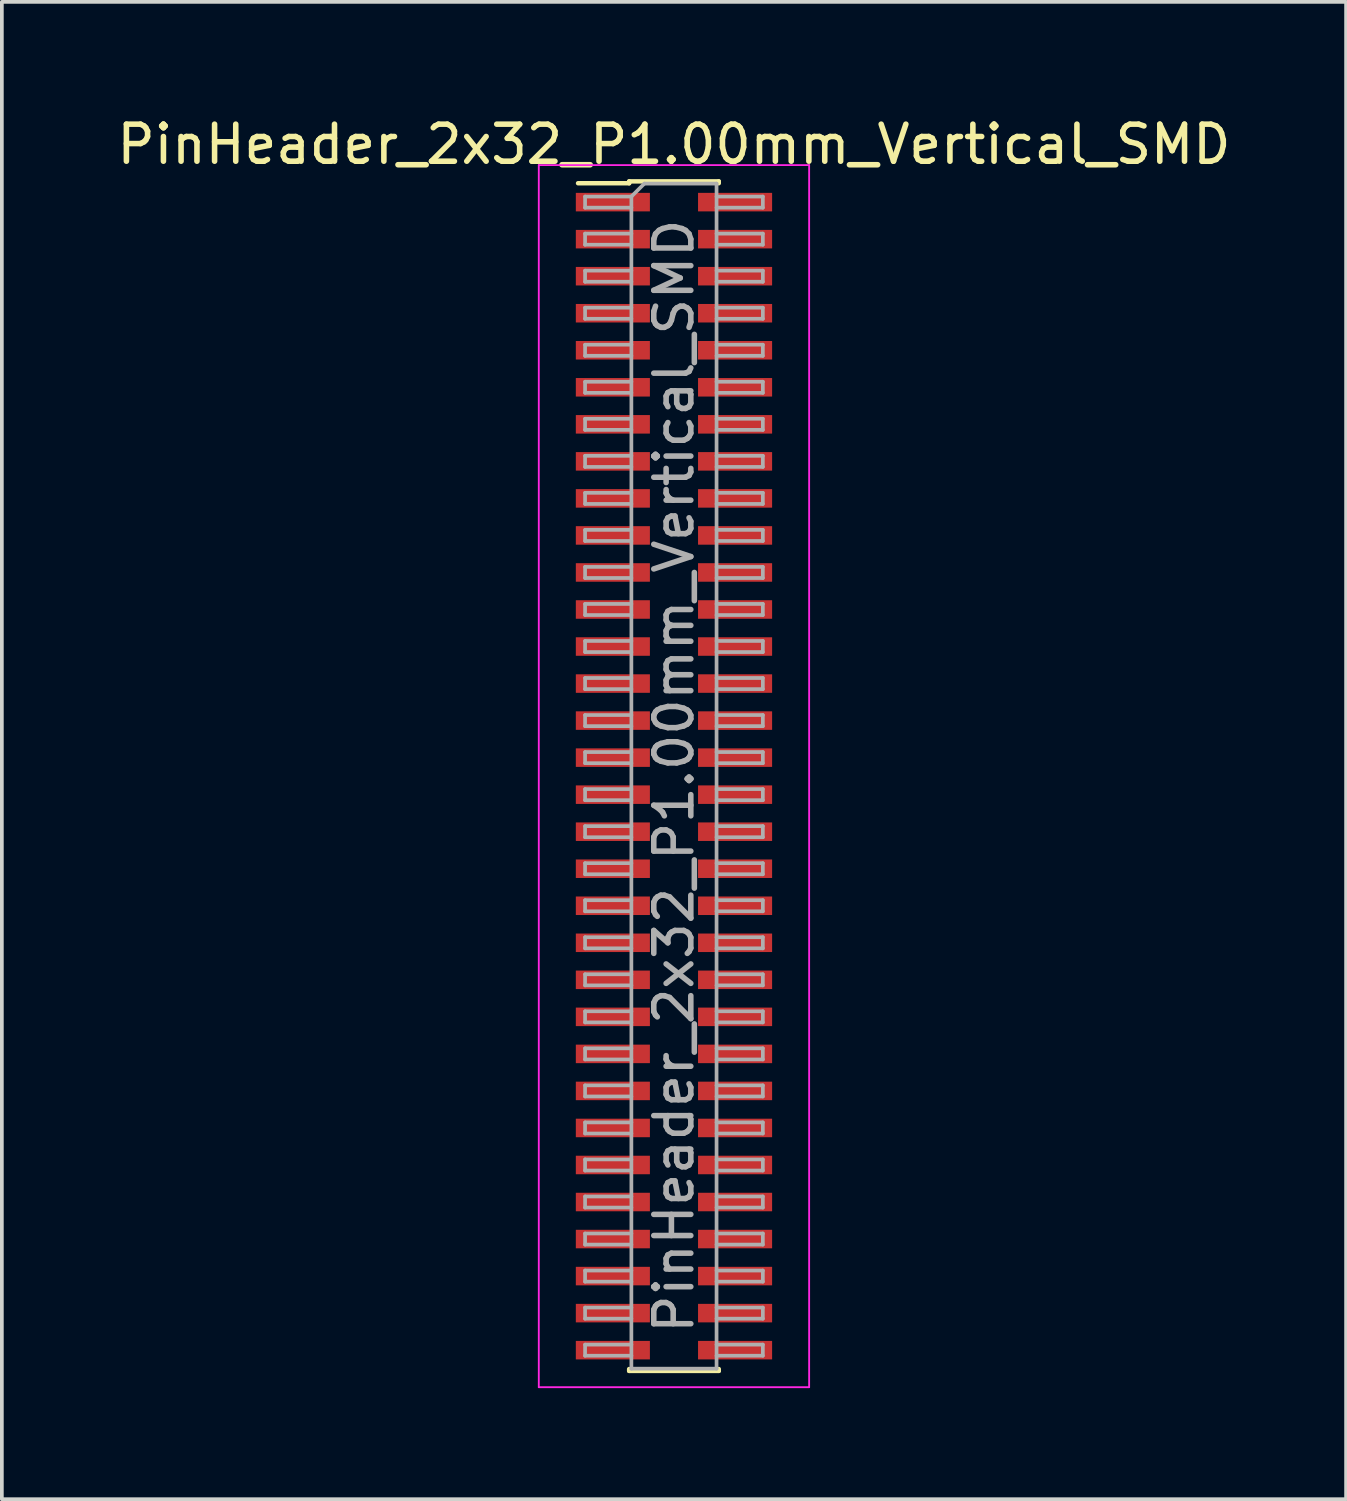
<source format=kicad_pcb>
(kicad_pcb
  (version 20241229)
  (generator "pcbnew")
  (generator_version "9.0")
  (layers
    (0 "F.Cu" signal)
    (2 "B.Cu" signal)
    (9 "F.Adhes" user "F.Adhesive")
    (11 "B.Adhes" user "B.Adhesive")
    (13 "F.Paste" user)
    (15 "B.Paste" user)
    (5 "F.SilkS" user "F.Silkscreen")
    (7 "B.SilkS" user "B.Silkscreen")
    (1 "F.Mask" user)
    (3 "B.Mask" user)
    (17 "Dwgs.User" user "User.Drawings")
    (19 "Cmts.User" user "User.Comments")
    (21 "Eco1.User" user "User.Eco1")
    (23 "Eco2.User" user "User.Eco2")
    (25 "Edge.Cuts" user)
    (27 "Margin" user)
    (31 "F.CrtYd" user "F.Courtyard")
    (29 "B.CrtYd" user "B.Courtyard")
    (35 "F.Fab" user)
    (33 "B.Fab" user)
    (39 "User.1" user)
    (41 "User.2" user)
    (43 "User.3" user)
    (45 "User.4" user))
  (footprint "PinHeader_2x32_P1.00mm_Vertical_SMD"
    (layer "F.Cu")
    (at 15.149 17.908)
    (property "Reference" "PinHeader_2x32_P1.00mm_Vertical_SMD" (at 0 -17.06 0) (layer "F.SilkS") (effects (font (size 1 1) (thickness 0.15))))
    (attr smd)
    (fp_line (start -2.59 -16.01) (end -1.21 -16.01) (stroke (width 0.12) (type solid)) (layer "F.SilkS"))
    (fp_line (start -1.21 -16.06) (end -1.21 -16.01) (stroke (width 0.12) (type solid)) (layer "F.SilkS"))
    (fp_line (start -1.21 -16.06) (end 1.21 -16.06) (stroke (width 0.12) (type solid)) (layer "F.SilkS"))
    (fp_line (start -1.21 16.01) (end -1.21 16.06) (stroke (width 0.12) (type solid)) (layer "F.SilkS"))
    (fp_line (start -1.21 16.06) (end 1.21 16.06) (stroke (width 0.12) (type solid)) (layer "F.SilkS"))
    (fp_line (start 1.21 -16.06) (end 1.21 -16.01) (stroke (width 0.12) (type solid)) (layer "F.SilkS"))
    (fp_line (start 1.21 16.01) (end 1.21 16.06) (stroke (width 0.12) (type solid)) (layer "F.SilkS"))
    (fp_line (start -3.65 -16.5) (end -3.65 16.5) (stroke (width 0.05) (type solid)) (layer "F.CrtYd"))
    (fp_line (start -3.65 16.5) (end 3.65 16.5) (stroke (width 0.05) (type solid)) (layer "F.CrtYd"))
    (fp_line (start 3.65 -16.5) (end -3.65 -16.5) (stroke (width 0.05) (type solid)) (layer "F.CrtYd"))
    (fp_line (start 3.65 16.5) (end 3.65 -16.5) (stroke (width 0.05) (type solid)) (layer "F.CrtYd"))
    (fp_line (start -2.4 -15.65) (end -2.4 -15.35) (stroke (width 0.1) (type solid)) (layer "F.Fab"))
    (fp_line (start -2.4 -15.35) (end -1.15 -15.35) (stroke (width 0.1) (type solid)) (layer "F.Fab"))
    (fp_line (start -2.4 -14.65) (end -2.4 -14.35) (stroke (width 0.1) (type solid)) (layer "F.Fab"))
    (fp_line (start -2.4 -14.35) (end -1.15 -14.35) (stroke (width 0.1) (type solid)) (layer "F.Fab"))
    (fp_line (start -2.4 -13.65) (end -2.4 -13.35) (stroke (width 0.1) (type solid)) (layer "F.Fab"))
    (fp_line (start -2.4 -13.35) (end -1.15 -13.35) (stroke (width 0.1) (type solid)) (layer "F.Fab"))
    (fp_line (start -2.4 -12.65) (end -2.4 -12.35) (stroke (width 0.1) (type solid)) (layer "F.Fab"))
    (fp_line (start -2.4 -12.35) (end -1.15 -12.35) (stroke (width 0.1) (type solid)) (layer "F.Fab"))
    (fp_line (start -2.4 -11.65) (end -2.4 -11.35) (stroke (width 0.1) (type solid)) (layer "F.Fab"))
    (fp_line (start -2.4 -11.35) (end -1.15 -11.35) (stroke (width 0.1) (type solid)) (layer "F.Fab"))
    (fp_line (start -2.4 -10.65) (end -2.4 -10.35) (stroke (width 0.1) (type solid)) (layer "F.Fab"))
    (fp_line (start -2.4 -10.35) (end -1.15 -10.35) (stroke (width 0.1) (type solid)) (layer "F.Fab"))
    (fp_line (start -2.4 -9.65) (end -2.4 -9.35) (stroke (width 0.1) (type solid)) (layer "F.Fab"))
    (fp_line (start -2.4 -9.35) (end -1.15 -9.35) (stroke (width 0.1) (type solid)) (layer "F.Fab"))
    (fp_line (start -2.4 -8.65) (end -2.4 -8.35) (stroke (width 0.1) (type solid)) (layer "F.Fab"))
    (fp_line (start -2.4 -8.35) (end -1.15 -8.35) (stroke (width 0.1) (type solid)) (layer "F.Fab"))
    (fp_line (start -2.4 -7.65) (end -2.4 -7.35) (stroke (width 0.1) (type solid)) (layer "F.Fab"))
    (fp_line (start -2.4 -7.35) (end -1.15 -7.35) (stroke (width 0.1) (type solid)) (layer "F.Fab"))
    (fp_line (start -2.4 -6.65) (end -2.4 -6.35) (stroke (width 0.1) (type solid)) (layer "F.Fab"))
    (fp_line (start -2.4 -6.35) (end -1.15 -6.35) (stroke (width 0.1) (type solid)) (layer "F.Fab"))
    (fp_line (start -2.4 -5.65) (end -2.4 -5.35) (stroke (width 0.1) (type solid)) (layer "F.Fab"))
    (fp_line (start -2.4 -5.35) (end -1.15 -5.35) (stroke (width 0.1) (type solid)) (layer "F.Fab"))
    (fp_line (start -2.4 -4.65) (end -2.4 -4.35) (stroke (width 0.1) (type solid)) (layer "F.Fab"))
    (fp_line (start -2.4 -4.35) (end -1.15 -4.35) (stroke (width 0.1) (type solid)) (layer "F.Fab"))
    (fp_line (start -2.4 -3.65) (end -2.4 -3.35) (stroke (width 0.1) (type solid)) (layer "F.Fab"))
    (fp_line (start -2.4 -3.35) (end -1.15 -3.35) (stroke (width 0.1) (type solid)) (layer "F.Fab"))
    (fp_line (start -2.4 -2.65) (end -2.4 -2.35) (stroke (width 0.1) (type solid)) (layer "F.Fab"))
    (fp_line (start -2.4 -2.35) (end -1.15 -2.35) (stroke (width 0.1) (type solid)) (layer "F.Fab"))
    (fp_line (start -2.4 -1.65) (end -2.4 -1.35) (stroke (width 0.1) (type solid)) (layer "F.Fab"))
    (fp_line (start -2.4 -1.35) (end -1.15 -1.35) (stroke (width 0.1) (type solid)) (layer "F.Fab"))
    (fp_line (start -2.4 -0.65) (end -2.4 -0.35) (stroke (width 0.1) (type solid)) (layer "F.Fab"))
    (fp_line (start -2.4 -0.35) (end -1.15 -0.35) (stroke (width 0.1) (type solid)) (layer "F.Fab"))
    (fp_line (start -2.4 0.35) (end -2.4 0.65) (stroke (width 0.1) (type solid)) (layer "F.Fab"))
    (fp_line (start -2.4 0.65) (end -1.15 0.65) (stroke (width 0.1) (type solid)) (layer "F.Fab"))
    (fp_line (start -2.4 1.35) (end -2.4 1.65) (stroke (width 0.1) (type solid)) (layer "F.Fab"))
    (fp_line (start -2.4 1.65) (end -1.15 1.65) (stroke (width 0.1) (type solid)) (layer "F.Fab"))
    (fp_line (start -2.4 2.35) (end -2.4 2.65) (stroke (width 0.1) (type solid)) (layer "F.Fab"))
    (fp_line (start -2.4 2.65) (end -1.15 2.65) (stroke (width 0.1) (type solid)) (layer "F.Fab"))
    (fp_line (start -2.4 3.35) (end -2.4 3.65) (stroke (width 0.1) (type solid)) (layer "F.Fab"))
    (fp_line (start -2.4 3.65) (end -1.15 3.65) (stroke (width 0.1) (type solid)) (layer "F.Fab"))
    (fp_line (start -2.4 4.35) (end -2.4 4.65) (stroke (width 0.1) (type solid)) (layer "F.Fab"))
    (fp_line (start -2.4 4.65) (end -1.15 4.65) (stroke (width 0.1) (type solid)) (layer "F.Fab"))
    (fp_line (start -2.4 5.35) (end -2.4 5.65) (stroke (width 0.1) (type solid)) (layer "F.Fab"))
    (fp_line (start -2.4 5.65) (end -1.15 5.65) (stroke (width 0.1) (type solid)) (layer "F.Fab"))
    (fp_line (start -2.4 6.35) (end -2.4 6.65) (stroke (width 0.1) (type solid)) (layer "F.Fab"))
    (fp_line (start -2.4 6.65) (end -1.15 6.65) (stroke (width 0.1) (type solid)) (layer "F.Fab"))
    (fp_line (start -2.4 7.35) (end -2.4 7.65) (stroke (width 0.1) (type solid)) (layer "F.Fab"))
    (fp_line (start -2.4 7.65) (end -1.15 7.65) (stroke (width 0.1) (type solid)) (layer "F.Fab"))
    (fp_line (start -2.4 8.35) (end -2.4 8.65) (stroke (width 0.1) (type solid)) (layer "F.Fab"))
    (fp_line (start -2.4 8.65) (end -1.15 8.65) (stroke (width 0.1) (type solid)) (layer "F.Fab"))
    (fp_line (start -2.4 9.35) (end -2.4 9.65) (stroke (width 0.1) (type solid)) (layer "F.Fab"))
    (fp_line (start -2.4 9.65) (end -1.15 9.65) (stroke (width 0.1) (type solid)) (layer "F.Fab"))
    (fp_line (start -2.4 10.35) (end -2.4 10.65) (stroke (width 0.1) (type solid)) (layer "F.Fab"))
    (fp_line (start -2.4 10.65) (end -1.15 10.65) (stroke (width 0.1) (type solid)) (layer "F.Fab"))
    (fp_line (start -2.4 11.35) (end -2.4 11.65) (stroke (width 0.1) (type solid)) (layer "F.Fab"))
    (fp_line (start -2.4 11.65) (end -1.15 11.65) (stroke (width 0.1) (type solid)) (layer "F.Fab"))
    (fp_line (start -2.4 12.35) (end -2.4 12.65) (stroke (width 0.1) (type solid)) (layer "F.Fab"))
    (fp_line (start -2.4 12.65) (end -1.15 12.65) (stroke (width 0.1) (type solid)) (layer "F.Fab"))
    (fp_line (start -2.4 13.35) (end -2.4 13.65) (stroke (width 0.1) (type solid)) (layer "F.Fab"))
    (fp_line (start -2.4 13.65) (end -1.15 13.65) (stroke (width 0.1) (type solid)) (layer "F.Fab"))
    (fp_line (start -2.4 14.35) (end -2.4 14.65) (stroke (width 0.1) (type solid)) (layer "F.Fab"))
    (fp_line (start -2.4 14.65) (end -1.15 14.65) (stroke (width 0.1) (type solid)) (layer "F.Fab"))
    (fp_line (start -2.4 15.35) (end -2.4 15.65) (stroke (width 0.1) (type solid)) (layer "F.Fab"))
    (fp_line (start -2.4 15.65) (end -1.15 15.65) (stroke (width 0.1) (type solid)) (layer "F.Fab"))
    (fp_line (start -1.15 -15.65) (end -2.4 -15.65) (stroke (width 0.1) (type solid)) (layer "F.Fab"))
    (fp_line (start -1.15 -15.65) (end -0.8 -16) (stroke (width 0.1) (type solid)) (layer "F.Fab"))
    (fp_line (start -1.15 -14.65) (end -2.4 -14.65) (stroke (width 0.1) (type solid)) (layer "F.Fab"))
    (fp_line (start -1.15 -13.65) (end -2.4 -13.65) (stroke (width 0.1) (type solid)) (layer "F.Fab"))
    (fp_line (start -1.15 -12.65) (end -2.4 -12.65) (stroke (width 0.1) (type solid)) (layer "F.Fab"))
    (fp_line (start -1.15 -11.65) (end -2.4 -11.65) (stroke (width 0.1) (type solid)) (layer "F.Fab"))
    (fp_line (start -1.15 -10.65) (end -2.4 -10.65) (stroke (width 0.1) (type solid)) (layer "F.Fab"))
    (fp_line (start -1.15 -9.65) (end -2.4 -9.65) (stroke (width 0.1) (type solid)) (layer "F.Fab"))
    (fp_line (start -1.15 -8.65) (end -2.4 -8.65) (stroke (width 0.1) (type solid)) (layer "F.Fab"))
    (fp_line (start -1.15 -7.65) (end -2.4 -7.65) (stroke (width 0.1) (type solid)) (layer "F.Fab"))
    (fp_line (start -1.15 -6.65) (end -2.4 -6.65) (stroke (width 0.1) (type solid)) (layer "F.Fab"))
    (fp_line (start -1.15 -5.65) (end -2.4 -5.65) (stroke (width 0.1) (type solid)) (layer "F.Fab"))
    (fp_line (start -1.15 -4.65) (end -2.4 -4.65) (stroke (width 0.1) (type solid)) (layer "F.Fab"))
    (fp_line (start -1.15 -3.65) (end -2.4 -3.65) (stroke (width 0.1) (type solid)) (layer "F.Fab"))
    (fp_line (start -1.15 -2.65) (end -2.4 -2.65) (stroke (width 0.1) (type solid)) (layer "F.Fab"))
    (fp_line (start -1.15 -1.65) (end -2.4 -1.65) (stroke (width 0.1) (type solid)) (layer "F.Fab"))
    (fp_line (start -1.15 -0.65) (end -2.4 -0.65) (stroke (width 0.1) (type solid)) (layer "F.Fab"))
    (fp_line (start -1.15 0.35) (end -2.4 0.35) (stroke (width 0.1) (type solid)) (layer "F.Fab"))
    (fp_line (start -1.15 1.35) (end -2.4 1.35) (stroke (width 0.1) (type solid)) (layer "F.Fab"))
    (fp_line (start -1.15 2.35) (end -2.4 2.35) (stroke (width 0.1) (type solid)) (layer "F.Fab"))
    (fp_line (start -1.15 3.35) (end -2.4 3.35) (stroke (width 0.1) (type solid)) (layer "F.Fab"))
    (fp_line (start -1.15 4.35) (end -2.4 4.35) (stroke (width 0.1) (type solid)) (layer "F.Fab"))
    (fp_line (start -1.15 5.35) (end -2.4 5.35) (stroke (width 0.1) (type solid)) (layer "F.Fab"))
    (fp_line (start -1.15 6.35) (end -2.4 6.35) (stroke (width 0.1) (type solid)) (layer "F.Fab"))
    (fp_line (start -1.15 7.35) (end -2.4 7.35) (stroke (width 0.1) (type solid)) (layer "F.Fab"))
    (fp_line (start -1.15 8.35) (end -2.4 8.35) (stroke (width 0.1) (type solid)) (layer "F.Fab"))
    (fp_line (start -1.15 9.35) (end -2.4 9.35) (stroke (width 0.1) (type solid)) (layer "F.Fab"))
    (fp_line (start -1.15 10.35) (end -2.4 10.35) (stroke (width 0.1) (type solid)) (layer "F.Fab"))
    (fp_line (start -1.15 11.35) (end -2.4 11.35) (stroke (width 0.1) (type solid)) (layer "F.Fab"))
    (fp_line (start -1.15 12.35) (end -2.4 12.35) (stroke (width 0.1) (type solid)) (layer "F.Fab"))
    (fp_line (start -1.15 13.35) (end -2.4 13.35) (stroke (width 0.1) (type solid)) (layer "F.Fab"))
    (fp_line (start -1.15 14.35) (end -2.4 14.35) (stroke (width 0.1) (type solid)) (layer "F.Fab"))
    (fp_line (start -1.15 15.35) (end -2.4 15.35) (stroke (width 0.1) (type solid)) (layer "F.Fab"))
    (fp_line (start -1.15 16) (end -1.15 -15.65) (stroke (width 0.1) (type solid)) (layer "F.Fab"))
    (fp_line (start -0.8 -16) (end 1.15 -16) (stroke (width 0.1) (type solid)) (layer "F.Fab"))
    (fp_line (start 1.15 -16) (end 1.15 16) (stroke (width 0.1) (type solid)) (layer "F.Fab"))
    (fp_line (start 1.15 -15.65) (end 2.4 -15.65) (stroke (width 0.1) (type solid)) (layer "F.Fab"))
    (fp_line (start 1.15 -14.65) (end 2.4 -14.65) (stroke (width 0.1) (type solid)) (layer "F.Fab"))
    (fp_line (start 1.15 -13.65) (end 2.4 -13.65) (stroke (width 0.1) (type solid)) (layer "F.Fab"))
    (fp_line (start 1.15 -12.65) (end 2.4 -12.65) (stroke (width 0.1) (type solid)) (layer "F.Fab"))
    (fp_line (start 1.15 -11.65) (end 2.4 -11.65) (stroke (width 0.1) (type solid)) (layer "F.Fab"))
    (fp_line (start 1.15 -10.65) (end 2.4 -10.65) (stroke (width 0.1) (type solid)) (layer "F.Fab"))
    (fp_line (start 1.15 -9.65) (end 2.4 -9.65) (stroke (width 0.1) (type solid)) (layer "F.Fab"))
    (fp_line (start 1.15 -8.65) (end 2.4 -8.65) (stroke (width 0.1) (type solid)) (layer "F.Fab"))
    (fp_line (start 1.15 -7.65) (end 2.4 -7.65) (stroke (width 0.1) (type solid)) (layer "F.Fab"))
    (fp_line (start 1.15 -6.65) (end 2.4 -6.65) (stroke (width 0.1) (type solid)) (layer "F.Fab"))
    (fp_line (start 1.15 -5.65) (end 2.4 -5.65) (stroke (width 0.1) (type solid)) (layer "F.Fab"))
    (fp_line (start 1.15 -4.65) (end 2.4 -4.65) (stroke (width 0.1) (type solid)) (layer "F.Fab"))
    (fp_line (start 1.15 -3.65) (end 2.4 -3.65) (stroke (width 0.1) (type solid)) (layer "F.Fab"))
    (fp_line (start 1.15 -2.65) (end 2.4 -2.65) (stroke (width 0.1) (type solid)) (layer "F.Fab"))
    (fp_line (start 1.15 -1.65) (end 2.4 -1.65) (stroke (width 0.1) (type solid)) (layer "F.Fab"))
    (fp_line (start 1.15 -0.65) (end 2.4 -0.65) (stroke (width 0.1) (type solid)) (layer "F.Fab"))
    (fp_line (start 1.15 0.35) (end 2.4 0.35) (stroke (width 0.1) (type solid)) (layer "F.Fab"))
    (fp_line (start 1.15 1.35) (end 2.4 1.35) (stroke (width 0.1) (type solid)) (layer "F.Fab"))
    (fp_line (start 1.15 2.35) (end 2.4 2.35) (stroke (width 0.1) (type solid)) (layer "F.Fab"))
    (fp_line (start 1.15 3.35) (end 2.4 3.35) (stroke (width 0.1) (type solid)) (layer "F.Fab"))
    (fp_line (start 1.15 4.35) (end 2.4 4.35) (stroke (width 0.1) (type solid)) (layer "F.Fab"))
    (fp_line (start 1.15 5.35) (end 2.4 5.35) (stroke (width 0.1) (type solid)) (layer "F.Fab"))
    (fp_line (start 1.15 6.35) (end 2.4 6.35) (stroke (width 0.1) (type solid)) (layer "F.Fab"))
    (fp_line (start 1.15 7.35) (end 2.4 7.35) (stroke (width 0.1) (type solid)) (layer "F.Fab"))
    (fp_line (start 1.15 8.35) (end 2.4 8.35) (stroke (width 0.1) (type solid)) (layer "F.Fab"))
    (fp_line (start 1.15 9.35) (end 2.4 9.35) (stroke (width 0.1) (type solid)) (layer "F.Fab"))
    (fp_line (start 1.15 10.35) (end 2.4 10.35) (stroke (width 0.1) (type solid)) (layer "F.Fab"))
    (fp_line (start 1.15 11.35) (end 2.4 11.35) (stroke (width 0.1) (type solid)) (layer "F.Fab"))
    (fp_line (start 1.15 12.35) (end 2.4 12.35) (stroke (width 0.1) (type solid)) (layer "F.Fab"))
    (fp_line (start 1.15 13.35) (end 2.4 13.35) (stroke (width 0.1) (type solid)) (layer "F.Fab"))
    (fp_line (start 1.15 14.35) (end 2.4 14.35) (stroke (width 0.1) (type solid)) (layer "F.Fab"))
    (fp_line (start 1.15 15.35) (end 2.4 15.35) (stroke (width 0.1) (type solid)) (layer "F.Fab"))
    (fp_line (start 1.15 16) (end -1.15 16) (stroke (width 0.1) (type solid)) (layer "F.Fab"))
    (fp_line (start 2.4 -15.65) (end 2.4 -15.35) (stroke (width 0.1) (type solid)) (layer "F.Fab"))
    (fp_line (start 2.4 -15.35) (end 1.15 -15.35) (stroke (width 0.1) (type solid)) (layer "F.Fab"))
    (fp_line (start 2.4 -14.65) (end 2.4 -14.35) (stroke (width 0.1) (type solid)) (layer "F.Fab"))
    (fp_line (start 2.4 -14.35) (end 1.15 -14.35) (stroke (width 0.1) (type solid)) (layer "F.Fab"))
    (fp_line (start 2.4 -13.65) (end 2.4 -13.35) (stroke (width 0.1) (type solid)) (layer "F.Fab"))
    (fp_line (start 2.4 -13.35) (end 1.15 -13.35) (stroke (width 0.1) (type solid)) (layer "F.Fab"))
    (fp_line (start 2.4 -12.65) (end 2.4 -12.35) (stroke (width 0.1) (type solid)) (layer "F.Fab"))
    (fp_line (start 2.4 -12.35) (end 1.15 -12.35) (stroke (width 0.1) (type solid)) (layer "F.Fab"))
    (fp_line (start 2.4 -11.65) (end 2.4 -11.35) (stroke (width 0.1) (type solid)) (layer "F.Fab"))
    (fp_line (start 2.4 -11.35) (end 1.15 -11.35) (stroke (width 0.1) (type solid)) (layer "F.Fab"))
    (fp_line (start 2.4 -10.65) (end 2.4 -10.35) (stroke (width 0.1) (type solid)) (layer "F.Fab"))
    (fp_line (start 2.4 -10.35) (end 1.15 -10.35) (stroke (width 0.1) (type solid)) (layer "F.Fab"))
    (fp_line (start 2.4 -9.65) (end 2.4 -9.35) (stroke (width 0.1) (type solid)) (layer "F.Fab"))
    (fp_line (start 2.4 -9.35) (end 1.15 -9.35) (stroke (width 0.1) (type solid)) (layer "F.Fab"))
    (fp_line (start 2.4 -8.65) (end 2.4 -8.35) (stroke (width 0.1) (type solid)) (layer "F.Fab"))
    (fp_line (start 2.4 -8.35) (end 1.15 -8.35) (stroke (width 0.1) (type solid)) (layer "F.Fab"))
    (fp_line (start 2.4 -7.65) (end 2.4 -7.35) (stroke (width 0.1) (type solid)) (layer "F.Fab"))
    (fp_line (start 2.4 -7.35) (end 1.15 -7.35) (stroke (width 0.1) (type solid)) (layer "F.Fab"))
    (fp_line (start 2.4 -6.65) (end 2.4 -6.35) (stroke (width 0.1) (type solid)) (layer "F.Fab"))
    (fp_line (start 2.4 -6.35) (end 1.15 -6.35) (stroke (width 0.1) (type solid)) (layer "F.Fab"))
    (fp_line (start 2.4 -5.65) (end 2.4 -5.35) (stroke (width 0.1) (type solid)) (layer "F.Fab"))
    (fp_line (start 2.4 -5.35) (end 1.15 -5.35) (stroke (width 0.1) (type solid)) (layer "F.Fab"))
    (fp_line (start 2.4 -4.65) (end 2.4 -4.35) (stroke (width 0.1) (type solid)) (layer "F.Fab"))
    (fp_line (start 2.4 -4.35) (end 1.15 -4.35) (stroke (width 0.1) (type solid)) (layer "F.Fab"))
    (fp_line (start 2.4 -3.65) (end 2.4 -3.35) (stroke (width 0.1) (type solid)) (layer "F.Fab"))
    (fp_line (start 2.4 -3.35) (end 1.15 -3.35) (stroke (width 0.1) (type solid)) (layer "F.Fab"))
    (fp_line (start 2.4 -2.65) (end 2.4 -2.35) (stroke (width 0.1) (type solid)) (layer "F.Fab"))
    (fp_line (start 2.4 -2.35) (end 1.15 -2.35) (stroke (width 0.1) (type solid)) (layer "F.Fab"))
    (fp_line (start 2.4 -1.65) (end 2.4 -1.35) (stroke (width 0.1) (type solid)) (layer "F.Fab"))
    (fp_line (start 2.4 -1.35) (end 1.15 -1.35) (stroke (width 0.1) (type solid)) (layer "F.Fab"))
    (fp_line (start 2.4 -0.65) (end 2.4 -0.35) (stroke (width 0.1) (type solid)) (layer "F.Fab"))
    (fp_line (start 2.4 -0.35) (end 1.15 -0.35) (stroke (width 0.1) (type solid)) (layer "F.Fab"))
    (fp_line (start 2.4 0.35) (end 2.4 0.65) (stroke (width 0.1) (type solid)) (layer "F.Fab"))
    (fp_line (start 2.4 0.65) (end 1.15 0.65) (stroke (width 0.1) (type solid)) (layer "F.Fab"))
    (fp_line (start 2.4 1.35) (end 2.4 1.65) (stroke (width 0.1) (type solid)) (layer "F.Fab"))
    (fp_line (start 2.4 1.65) (end 1.15 1.65) (stroke (width 0.1) (type solid)) (layer "F.Fab"))
    (fp_line (start 2.4 2.35) (end 2.4 2.65) (stroke (width 0.1) (type solid)) (layer "F.Fab"))
    (fp_line (start 2.4 2.65) (end 1.15 2.65) (stroke (width 0.1) (type solid)) (layer "F.Fab"))
    (fp_line (start 2.4 3.35) (end 2.4 3.65) (stroke (width 0.1) (type solid)) (layer "F.Fab"))
    (fp_line (start 2.4 3.65) (end 1.15 3.65) (stroke (width 0.1) (type solid)) (layer "F.Fab"))
    (fp_line (start 2.4 4.35) (end 2.4 4.65) (stroke (width 0.1) (type solid)) (layer "F.Fab"))
    (fp_line (start 2.4 4.65) (end 1.15 4.65) (stroke (width 0.1) (type solid)) (layer "F.Fab"))
    (fp_line (start 2.4 5.35) (end 2.4 5.65) (stroke (width 0.1) (type solid)) (layer "F.Fab"))
    (fp_line (start 2.4 5.65) (end 1.15 5.65) (stroke (width 0.1) (type solid)) (layer "F.Fab"))
    (fp_line (start 2.4 6.35) (end 2.4 6.65) (stroke (width 0.1) (type solid)) (layer "F.Fab"))
    (fp_line (start 2.4 6.65) (end 1.15 6.65) (stroke (width 0.1) (type solid)) (layer "F.Fab"))
    (fp_line (start 2.4 7.35) (end 2.4 7.65) (stroke (width 0.1) (type solid)) (layer "F.Fab"))
    (fp_line (start 2.4 7.65) (end 1.15 7.65) (stroke (width 0.1) (type solid)) (layer "F.Fab"))
    (fp_line (start 2.4 8.35) (end 2.4 8.65) (stroke (width 0.1) (type solid)) (layer "F.Fab"))
    (fp_line (start 2.4 8.65) (end 1.15 8.65) (stroke (width 0.1) (type solid)) (layer "F.Fab"))
    (fp_line (start 2.4 9.35) (end 2.4 9.65) (stroke (width 0.1) (type solid)) (layer "F.Fab"))
    (fp_line (start 2.4 9.65) (end 1.15 9.65) (stroke (width 0.1) (type solid)) (layer "F.Fab"))
    (fp_line (start 2.4 10.35) (end 2.4 10.65) (stroke (width 0.1) (type solid)) (layer "F.Fab"))
    (fp_line (start 2.4 10.65) (end 1.15 10.65) (stroke (width 0.1) (type solid)) (layer "F.Fab"))
    (fp_line (start 2.4 11.35) (end 2.4 11.65) (stroke (width 0.1) (type solid)) (layer "F.Fab"))
    (fp_line (start 2.4 11.65) (end 1.15 11.65) (stroke (width 0.1) (type solid)) (layer "F.Fab"))
    (fp_line (start 2.4 12.35) (end 2.4 12.65) (stroke (width 0.1) (type solid)) (layer "F.Fab"))
    (fp_line (start 2.4 12.65) (end 1.15 12.65) (stroke (width 0.1) (type solid)) (layer "F.Fab"))
    (fp_line (start 2.4 13.35) (end 2.4 13.65) (stroke (width 0.1) (type solid)) (layer "F.Fab"))
    (fp_line (start 2.4 13.65) (end 1.15 13.65) (stroke (width 0.1) (type solid)) (layer "F.Fab"))
    (fp_line (start 2.4 14.35) (end 2.4 14.65) (stroke (width 0.1) (type solid)) (layer "F.Fab"))
    (fp_line (start 2.4 14.65) (end 1.15 14.65) (stroke (width 0.1) (type solid)) (layer "F.Fab"))
    (fp_line (start 2.4 15.35) (end 2.4 15.65) (stroke (width 0.1) (type solid)) (layer "F.Fab"))
    (fp_line (start 2.4 15.65) (end 1.15 15.65) (stroke (width 0.1) (type solid)) (layer "F.Fab"))
    (fp_text user "${REFERENCE}" (at 0 0 90) (layer "F.Fab") (effects (font (size 1 1) (thickness 0.15))))
    (pad "1" smd rect (at -1.65 -15.5) (size 2 0.5) (layers "F.Cu" "F.Mask" "F.Paste"))
    (pad "2" smd rect (at 1.65 -15.5) (size 2 0.5) (layers "F.Cu" "F.Mask" "F.Paste"))
    (pad "3" smd rect (at -1.65 -14.5) (size 2 0.5) (layers "F.Cu" "F.Mask" "F.Paste"))
    (pad "4" smd rect (at 1.65 -14.5) (size 2 0.5) (layers "F.Cu" "F.Mask" "F.Paste"))
    (pad "5" smd rect (at -1.65 -13.5) (size 2 0.5) (layers "F.Cu" "F.Mask" "F.Paste"))
    (pad "6" smd rect (at 1.65 -13.5) (size 2 0.5) (layers "F.Cu" "F.Mask" "F.Paste"))
    (pad "7" smd rect (at -1.65 -12.5) (size 2 0.5) (layers "F.Cu" "F.Mask" "F.Paste"))
    (pad "8" smd rect (at 1.65 -12.5) (size 2 0.5) (layers "F.Cu" "F.Mask" "F.Paste"))
    (pad "9" smd rect (at -1.65 -11.5) (size 2 0.5) (layers "F.Cu" "F.Mask" "F.Paste"))
    (pad "10" smd rect (at 1.65 -11.5) (size 2 0.5) (layers "F.Cu" "F.Mask" "F.Paste"))
    (pad "11" smd rect (at -1.65 -10.5) (size 2 0.5) (layers "F.Cu" "F.Mask" "F.Paste"))
    (pad "12" smd rect (at 1.65 -10.5) (size 2 0.5) (layers "F.Cu" "F.Mask" "F.Paste"))
    (pad "13" smd rect (at -1.65 -9.5) (size 2 0.5) (layers "F.Cu" "F.Mask" "F.Paste"))
    (pad "14" smd rect (at 1.65 -9.5) (size 2 0.5) (layers "F.Cu" "F.Mask" "F.Paste"))
    (pad "15" smd rect (at -1.65 -8.5) (size 2 0.5) (layers "F.Cu" "F.Mask" "F.Paste"))
    (pad "16" smd rect (at 1.65 -8.5) (size 2 0.5) (layers "F.Cu" "F.Mask" "F.Paste"))
    (pad "17" smd rect (at -1.65 -7.5) (size 2 0.5) (layers "F.Cu" "F.Mask" "F.Paste"))
    (pad "18" smd rect (at 1.65 -7.5) (size 2 0.5) (layers "F.Cu" "F.Mask" "F.Paste"))
    (pad "19" smd rect (at -1.65 -6.5) (size 2 0.5) (layers "F.Cu" "F.Mask" "F.Paste"))
    (pad "20" smd rect (at 1.65 -6.5) (size 2 0.5) (layers "F.Cu" "F.Mask" "F.Paste"))
    (pad "21" smd rect (at -1.65 -5.5) (size 2 0.5) (layers "F.Cu" "F.Mask" "F.Paste"))
    (pad "22" smd rect (at 1.65 -5.5) (size 2 0.5) (layers "F.Cu" "F.Mask" "F.Paste"))
    (pad "23" smd rect (at -1.65 -4.5) (size 2 0.5) (layers "F.Cu" "F.Mask" "F.Paste"))
    (pad "24" smd rect (at 1.65 -4.5) (size 2 0.5) (layers "F.Cu" "F.Mask" "F.Paste"))
    (pad "25" smd rect (at -1.65 -3.5) (size 2 0.5) (layers "F.Cu" "F.Mask" "F.Paste"))
    (pad "26" smd rect (at 1.65 -3.5) (size 2 0.5) (layers "F.Cu" "F.Mask" "F.Paste"))
    (pad "27" smd rect (at -1.65 -2.5) (size 2 0.5) (layers "F.Cu" "F.Mask" "F.Paste"))
    (pad "28" smd rect (at 1.65 -2.5) (size 2 0.5) (layers "F.Cu" "F.Mask" "F.Paste"))
    (pad "29" smd rect (at -1.65 -1.5) (size 2 0.5) (layers "F.Cu" "F.Mask" "F.Paste"))
    (pad "30" smd rect (at 1.65 -1.5) (size 2 0.5) (layers "F.Cu" "F.Mask" "F.Paste"))
    (pad "31" smd rect (at -1.65 -0.5) (size 2 0.5) (layers "F.Cu" "F.Mask" "F.Paste"))
    (pad "32" smd rect (at 1.65 -0.5) (size 2 0.5) (layers "F.Cu" "F.Mask" "F.Paste"))
    (pad "33" smd rect (at -1.65 0.5) (size 2 0.5) (layers "F.Cu" "F.Mask" "F.Paste"))
    (pad "34" smd rect (at 1.65 0.5) (size 2 0.5) (layers "F.Cu" "F.Mask" "F.Paste"))
    (pad "35" smd rect (at -1.65 1.5) (size 2 0.5) (layers "F.Cu" "F.Mask" "F.Paste"))
    (pad "36" smd rect (at 1.65 1.5) (size 2 0.5) (layers "F.Cu" "F.Mask" "F.Paste"))
    (pad "37" smd rect (at -1.65 2.5) (size 2 0.5) (layers "F.Cu" "F.Mask" "F.Paste"))
    (pad "38" smd rect (at 1.65 2.5) (size 2 0.5) (layers "F.Cu" "F.Mask" "F.Paste"))
    (pad "39" smd rect (at -1.65 3.5) (size 2 0.5) (layers "F.Cu" "F.Mask" "F.Paste"))
    (pad "40" smd rect (at 1.65 3.5) (size 2 0.5) (layers "F.Cu" "F.Mask" "F.Paste"))
    (pad "41" smd rect (at -1.65 4.5) (size 2 0.5) (layers "F.Cu" "F.Mask" "F.Paste"))
    (pad "42" smd rect (at 1.65 4.5) (size 2 0.5) (layers "F.Cu" "F.Mask" "F.Paste"))
    (pad "43" smd rect (at -1.65 5.5) (size 2 0.5) (layers "F.Cu" "F.Mask" "F.Paste"))
    (pad "44" smd rect (at 1.65 5.5) (size 2 0.5) (layers "F.Cu" "F.Mask" "F.Paste"))
    (pad "45" smd rect (at -1.65 6.5) (size 2 0.5) (layers "F.Cu" "F.Mask" "F.Paste"))
    (pad "46" smd rect (at 1.65 6.5) (size 2 0.5) (layers "F.Cu" "F.Mask" "F.Paste"))
    (pad "47" smd rect (at -1.65 7.5) (size 2 0.5) (layers "F.Cu" "F.Mask" "F.Paste"))
    (pad "48" smd rect (at 1.65 7.5) (size 2 0.5) (layers "F.Cu" "F.Mask" "F.Paste"))
    (pad "49" smd rect (at -1.65 8.5) (size 2 0.5) (layers "F.Cu" "F.Mask" "F.Paste"))
    (pad "50" smd rect (at 1.65 8.5) (size 2 0.5) (layers "F.Cu" "F.Mask" "F.Paste"))
    (pad "51" smd rect (at -1.65 9.5) (size 2 0.5) (layers "F.Cu" "F.Mask" "F.Paste"))
    (pad "52" smd rect (at 1.65 9.5) (size 2 0.5) (layers "F.Cu" "F.Mask" "F.Paste"))
    (pad "53" smd rect (at -1.65 10.5) (size 2 0.5) (layers "F.Cu" "F.Mask" "F.Paste"))
    (pad "54" smd rect (at 1.65 10.5) (size 2 0.5) (layers "F.Cu" "F.Mask" "F.Paste"))
    (pad "55" smd rect (at -1.65 11.5) (size 2 0.5) (layers "F.Cu" "F.Mask" "F.Paste"))
    (pad "56" smd rect (at 1.65 11.5) (size 2 0.5) (layers "F.Cu" "F.Mask" "F.Paste"))
    (pad "57" smd rect (at -1.65 12.5) (size 2 0.5) (layers "F.Cu" "F.Mask" "F.Paste"))
    (pad "58" smd rect (at 1.65 12.5) (size 2 0.5) (layers "F.Cu" "F.Mask" "F.Paste"))
    (pad "59" smd rect (at -1.65 13.5) (size 2 0.5) (layers "F.Cu" "F.Mask" "F.Paste"))
    (pad "60" smd rect (at 1.65 13.5) (size 2 0.5) (layers "F.Cu" "F.Mask" "F.Paste"))
    (pad "61" smd rect (at -1.65 14.5) (size 2 0.5) (layers "F.Cu" "F.Mask" "F.Paste"))
    (pad "62" smd rect (at 1.65 14.5) (size 2 0.5) (layers "F.Cu" "F.Mask" "F.Paste"))
    (pad "63" smd rect (at -1.65 15.5) (size 2 0.5) (layers "F.Cu" "F.Mask" "F.Paste"))
    (pad "64" smd rect (at 1.65 15.5) (size 2 0.5) (layers "F.Cu" "F.Mask" "F.Paste")))
  (gr_rect
    (start -3 -3)
    (end 33.298 37.433)
    (stroke (width 0.1) (type default))
    (fill no)
    (layer "Edge.Cuts")))
</source>
